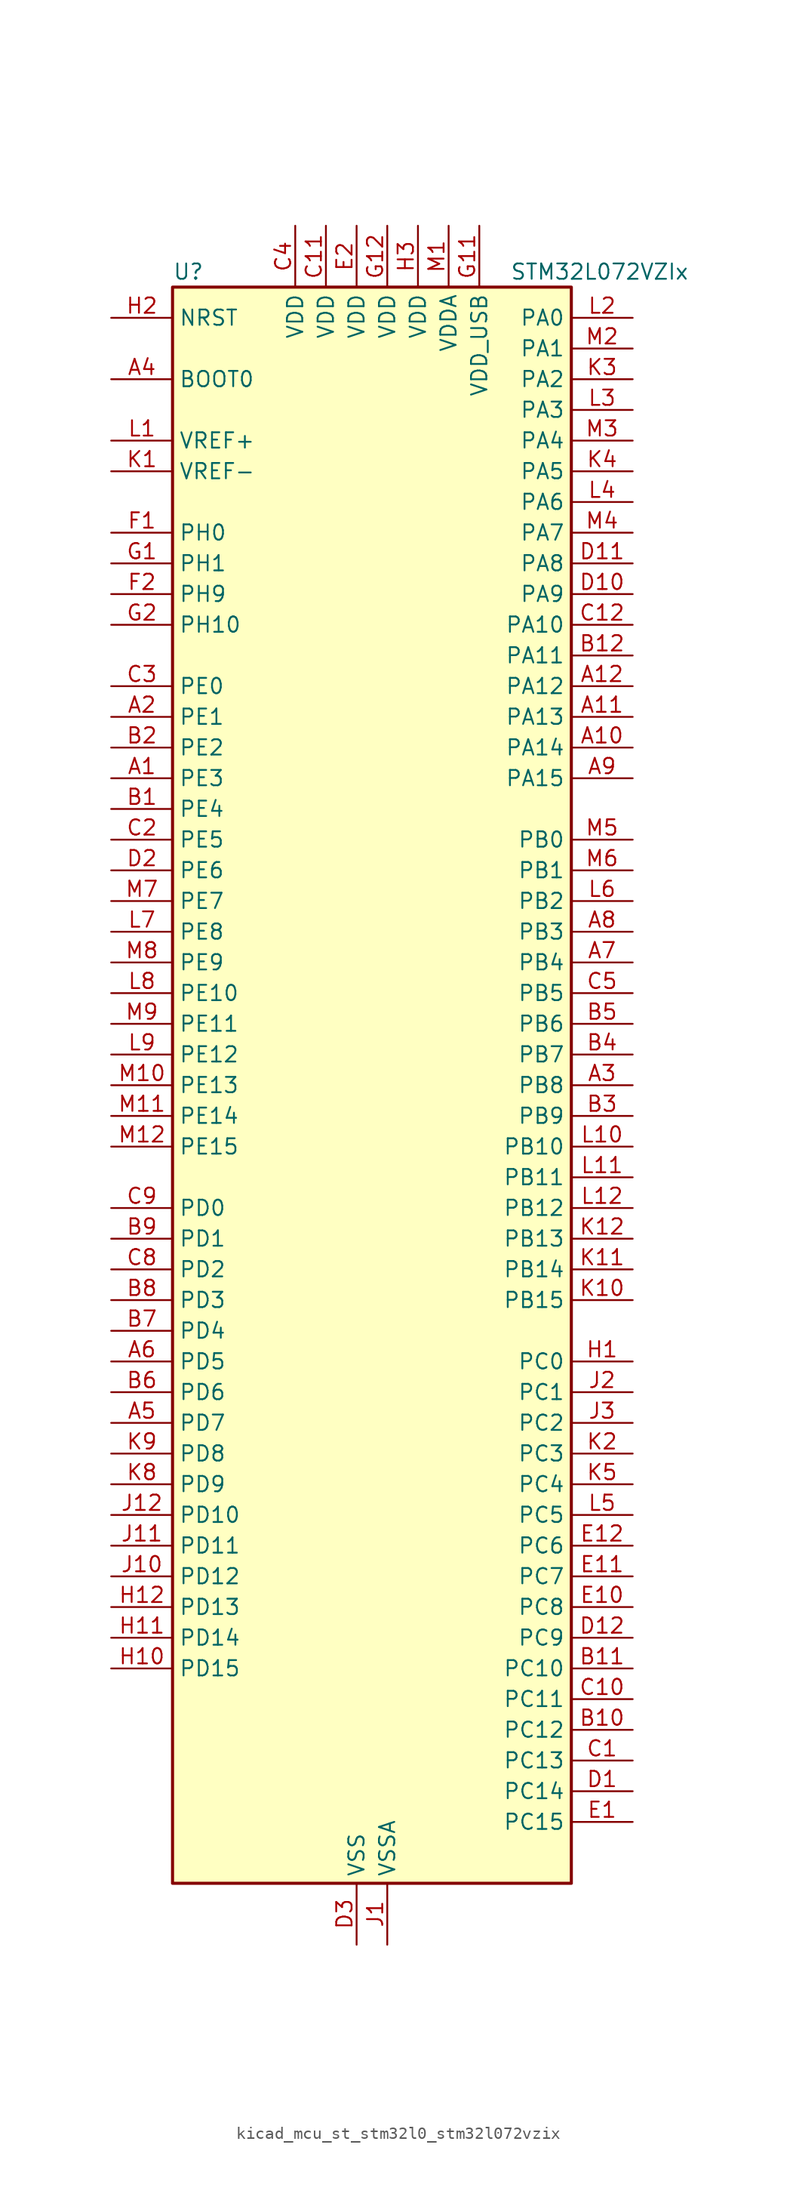
<source format=kicad_sym>
(kicad_symbol_lib
  (version 20220914)
  (generator kicad_symbol_editor)
  (symbol "kicad_mcu_st_stm32l0_stm32l072vzix"
    (property "Reference" "U"
      (at -15.24 67.31 0)
      (effects (font (size 1.27 1.27)) (justify left)))
    (property "Value" "STM32L072VZIx"
      (at 12.7 67.31 0)
      (effects (font (size 1.27 1.27)) (justify left)))
    (property "ki_locked" ""
      (at 0 0 0)
      (effects (font (size 1.27 1.27))))
    (symbol "kicad_mcu_st_stm32l0_stm32l072vzix_0_1"
      (rectangle (start -15.24 -66.04) (end 17.78 66.04) (stroke (width 0.254) (type default)) (fill (type background))))
    (symbol "kicad_mcu_st_stm32l0_stm32l072vzix_1_1"
      (pin bidirectional line (at -20.32 25.4 0) (length 5.08) (name "PE3" (effects (font (size 1.27 1.27)))) (number "A1" (effects (font (size 1.27 1.27)))) (alternate "TIM22_CH1" bidirectional line) (alternate "TIM3_CH1" bidirectional line))
      (pin bidirectional line (at 22.86 27.94 180) (length 5.08) (name "PA14" (effects (font (size 1.27 1.27)))) (number "A10" (effects (font (size 1.27 1.27)))) (alternate "LPUART1_TX" bidirectional line) (alternate "SYS_SWCLK" bidirectional line) (alternate "USART2_TX" bidirectional line))
      (pin bidirectional line (at 22.86 30.48 180) (length 5.08) (name "PA13" (effects (font (size 1.27 1.27)))) (number "A11" (effects (font (size 1.27 1.27)))) (alternate "LPUART1_RX" bidirectional line) (alternate "SYS_SWDIO" bidirectional line) (alternate "USB_NOE" bidirectional line))
      (pin bidirectional line (at 22.86 33.02 180) (length 5.08) (name "PA12" (effects (font (size 1.27 1.27)))) (number "A12" (effects (font (size 1.27 1.27)))) (alternate "COMP2_OUT" bidirectional line) (alternate "SPI1_MOSI" bidirectional line) (alternate "TSC_G4_IO4" bidirectional line) (alternate "USART1_DE" bidirectional line) (alternate "USART1_RTS" bidirectional line) (alternate "USB_DP" bidirectional line))
      (pin bidirectional line (at -20.32 30.48 0) (length 5.08) (name "PE1" (effects (font (size 1.27 1.27)))) (number "A2" (effects (font (size 1.27 1.27)))))
      (pin bidirectional line (at 22.86 0 180) (length 5.08) (name "PB8" (effects (font (size 1.27 1.27)))) (number "A3" (effects (font (size 1.27 1.27)))) (alternate "I2C1_SCL" bidirectional line) (alternate "TSC_SYNC" bidirectional line))
      (pin input line (at -20.32 58.42 0) (length 5.08) (name "BOOT0" (effects (font (size 1.27 1.27)))) (number "A4" (effects (font (size 1.27 1.27)))))
      (pin bidirectional line (at -20.32 -27.94 0) (length 5.08) (name "PD7" (effects (font (size 1.27 1.27)))) (number "A5" (effects (font (size 1.27 1.27)))) (alternate "TIM21_CH2" bidirectional line) (alternate "USART2_CK" bidirectional line))
      (pin bidirectional line (at -20.32 -22.86 0) (length 5.08) (name "PD5" (effects (font (size 1.27 1.27)))) (number "A6" (effects (font (size 1.27 1.27)))) (alternate "USART2_TX" bidirectional line))
      (pin bidirectional line (at 22.86 10.16 180) (length 5.08) (name "PB4" (effects (font (size 1.27 1.27)))) (number "A7" (effects (font (size 1.27 1.27)))) (alternate "COMP2_INP" bidirectional line) (alternate "I2C3_SDA" bidirectional line) (alternate "SPI1_MISO" bidirectional line) (alternate "TIM22_CH1" bidirectional line) (alternate "TIM3_CH1" bidirectional line) (alternate "TSC_G5_IO2" bidirectional line) (alternate "USART1_CTS" bidirectional line) (alternate "USART5_RX" bidirectional line))
      (pin bidirectional line (at 22.86 12.7 180) (length 5.08) (name "PB3" (effects (font (size 1.27 1.27)))) (number "A8" (effects (font (size 1.27 1.27)))) (alternate "COMP2_INM" bidirectional line) (alternate "SPI1_SCK" bidirectional line) (alternate "TIM2_CH2" bidirectional line) (alternate "TSC_G5_IO1" bidirectional line) (alternate "USART1_DE" bidirectional line) (alternate "USART1_RTS" bidirectional line) (alternate "USART5_TX" bidirectional line))
      (pin bidirectional line (at 22.86 25.4 180) (length 5.08) (name "PA15" (effects (font (size 1.27 1.27)))) (number "A9" (effects (font (size 1.27 1.27)))) (alternate "SPI1_NSS" bidirectional line) (alternate "TIM2_CH1" bidirectional line) (alternate "TIM2_ETR" bidirectional line) (alternate "USART2_RX" bidirectional line) (alternate "USART4_DE" bidirectional line) (alternate "USART4_RTS" bidirectional line))
      (pin bidirectional line (at -20.32 22.86 0) (length 5.08) (name "PE4" (effects (font (size 1.27 1.27)))) (number "B1" (effects (font (size 1.27 1.27)))) (alternate "TIM22_CH2" bidirectional line) (alternate "TIM3_CH2" bidirectional line))
      (pin bidirectional line (at 22.86 -53.34 180) (length 5.08) (name "PC12" (effects (font (size 1.27 1.27)))) (number "B10" (effects (font (size 1.27 1.27)))) (alternate "USART4_CK" bidirectional line) (alternate "USART5_TX" bidirectional line))
      (pin bidirectional line (at 22.86 -48.26 180) (length 5.08) (name "PC10" (effects (font (size 1.27 1.27)))) (number "B11" (effects (font (size 1.27 1.27)))) (alternate "LPUART1_TX" bidirectional line) (alternate "USART4_TX" bidirectional line))
      (pin bidirectional line (at 22.86 35.56 180) (length 5.08) (name "PA11" (effects (font (size 1.27 1.27)))) (number "B12" (effects (font (size 1.27 1.27)))) (alternate "ADC_EXTI11" bidirectional line) (alternate "COMP1_OUT" bidirectional line) (alternate "SPI1_MISO" bidirectional line) (alternate "TSC_G4_IO3" bidirectional line) (alternate "USART1_CTS" bidirectional line) (alternate "USB_DM" bidirectional line))
      (pin bidirectional line (at -20.32 27.94 0) (length 5.08) (name "PE2" (effects (font (size 1.27 1.27)))) (number "B2" (effects (font (size 1.27 1.27)))) (alternate "TIM3_ETR" bidirectional line))
      (pin bidirectional line (at 22.86 -2.54 180) (length 5.08) (name "PB9" (effects (font (size 1.27 1.27)))) (number "B3" (effects (font (size 1.27 1.27)))) (alternate "DAC_EXTI9" bidirectional line) (alternate "I2C1_SDA" bidirectional line) (alternate "I2S2_WS" bidirectional line) (alternate "SPI2_NSS" bidirectional line))
      (pin bidirectional line (at 22.86 2.54 180) (length 5.08) (name "PB7" (effects (font (size 1.27 1.27)))) (number "B4" (effects (font (size 1.27 1.27)))) (alternate "COMP2_INP" bidirectional line) (alternate "I2C1_SDA" bidirectional line) (alternate "LPTIM1_IN2" bidirectional line) (alternate "SYS_PVD_IN" bidirectional line) (alternate "TSC_G5_IO4" bidirectional line) (alternate "USART1_RX" bidirectional line) (alternate "USART4_CTS" bidirectional line))
      (pin bidirectional line (at 22.86 5.08 180) (length 5.08) (name "PB6" (effects (font (size 1.27 1.27)))) (number "B5" (effects (font (size 1.27 1.27)))) (alternate "COMP2_INP" bidirectional line) (alternate "I2C1_SCL" bidirectional line) (alternate "LPTIM1_ETR" bidirectional line) (alternate "TSC_G5_IO3" bidirectional line) (alternate "USART1_TX" bidirectional line))
      (pin bidirectional line (at -20.32 -25.4 0) (length 5.08) (name "PD6" (effects (font (size 1.27 1.27)))) (number "B6" (effects (font (size 1.27 1.27)))) (alternate "USART2_RX" bidirectional line))
      (pin bidirectional line (at -20.32 -20.32 0) (length 5.08) (name "PD4" (effects (font (size 1.27 1.27)))) (number "B7" (effects (font (size 1.27 1.27)))) (alternate "I2S2_SD" bidirectional line) (alternate "SPI2_MOSI" bidirectional line) (alternate "USART2_DE" bidirectional line) (alternate "USART2_RTS" bidirectional line))
      (pin bidirectional line (at -20.32 -17.78 0) (length 5.08) (name "PD3" (effects (font (size 1.27 1.27)))) (number "B8" (effects (font (size 1.27 1.27)))) (alternate "I2S2_MCK" bidirectional line) (alternate "SPI2_MISO" bidirectional line) (alternate "USART2_CTS" bidirectional line))
      (pin bidirectional line (at -20.32 -12.7 0) (length 5.08) (name "PD1" (effects (font (size 1.27 1.27)))) (number "B9" (effects (font (size 1.27 1.27)))) (alternate "I2S2_CK" bidirectional line) (alternate "SPI2_SCK" bidirectional line))
      (pin bidirectional line (at 22.86 -55.88 180) (length 5.08) (name "PC13" (effects (font (size 1.27 1.27)))) (number "C1" (effects (font (size 1.27 1.27)))) (alternate "RTC_OUT_ALARM" bidirectional line) (alternate "RTC_OUT_CALIB" bidirectional line) (alternate "RTC_TAMP1" bidirectional line) (alternate "RTC_TS" bidirectional line) (alternate "SYS_WKUP2" bidirectional line))
      (pin bidirectional line (at 22.86 -50.8 180) (length 5.08) (name "PC11" (effects (font (size 1.27 1.27)))) (number "C10" (effects (font (size 1.27 1.27)))) (alternate "ADC_EXTI11" bidirectional line) (alternate "LPUART1_RX" bidirectional line) (alternate "USART4_RX" bidirectional line))
      (pin power_in line (at -2.54 71.12 270) (length 5.08) (name "VDD" (effects (font (size 1.27 1.27)))) (number "C11" (effects (font (size 1.27 1.27)))))
      (pin bidirectional line (at 22.86 38.1 180) (length 5.08) (name "PA10" (effects (font (size 1.27 1.27)))) (number "C12" (effects (font (size 1.27 1.27)))) (alternate "I2C1_SDA" bidirectional line) (alternate "TSC_G4_IO2" bidirectional line) (alternate "USART1_RX" bidirectional line))
      (pin bidirectional line (at -20.32 20.32 0) (length 5.08) (name "PE5" (effects (font (size 1.27 1.27)))) (number "C2" (effects (font (size 1.27 1.27)))) (alternate "TIM21_CH1" bidirectional line) (alternate "TIM3_CH3" bidirectional line))
      (pin bidirectional line (at -20.32 33.02 0) (length 5.08) (name "PE0" (effects (font (size 1.27 1.27)))) (number "C3" (effects (font (size 1.27 1.27)))))
      (pin power_in line (at -5.08 71.12 270) (length 5.08) (name "VDD" (effects (font (size 1.27 1.27)))) (number "C4" (effects (font (size 1.27 1.27)))))
      (pin bidirectional line (at 22.86 7.62 180) (length 5.08) (name "PB5" (effects (font (size 1.27 1.27)))) (number "C5" (effects (font (size 1.27 1.27)))) (alternate "COMP2_INP" bidirectional line) (alternate "I2C1_SMBA" bidirectional line) (alternate "LPTIM1_IN1" bidirectional line) (alternate "SPI1_MOSI" bidirectional line) (alternate "TIM22_CH2" bidirectional line) (alternate "TIM3_CH2" bidirectional line) (alternate "USART1_CK" bidirectional line) (alternate "USART5_CK" bidirectional line) (alternate "USART5_DE" bidirectional line) (alternate "USART5_RTS" bidirectional line))
      (pin bidirectional line (at -20.32 -15.24 0) (length 5.08) (name "PD2" (effects (font (size 1.27 1.27)))) (number "C8" (effects (font (size 1.27 1.27)))) (alternate "LPUART1_DE" bidirectional line) (alternate "LPUART1_RTS" bidirectional line) (alternate "TIM3_ETR" bidirectional line) (alternate "USART5_RX" bidirectional line))
      (pin bidirectional line (at -20.32 -10.16 0) (length 5.08) (name "PD0" (effects (font (size 1.27 1.27)))) (number "C9" (effects (font (size 1.27 1.27)))) (alternate "I2S2_WS" bidirectional line) (alternate "SPI2_NSS" bidirectional line) (alternate "TIM21_CH1" bidirectional line))
      (pin bidirectional line (at 22.86 -58.42 180) (length 5.08) (name "PC14" (effects (font (size 1.27 1.27)))) (number "D1" (effects (font (size 1.27 1.27)))) (alternate "RCC_OSC32_IN" bidirectional line))
      (pin bidirectional line (at 22.86 40.64 180) (length 5.08) (name "PA9" (effects (font (size 1.27 1.27)))) (number "D10" (effects (font (size 1.27 1.27)))) (alternate "DAC_EXTI9" bidirectional line) (alternate "I2C1_SCL" bidirectional line) (alternate "I2C3_SMBA" bidirectional line) (alternate "RCC_MCO" bidirectional line) (alternate "TSC_G4_IO1" bidirectional line) (alternate "USART1_TX" bidirectional line))
      (pin bidirectional line (at 22.86 43.18 180) (length 5.08) (name "PA8" (effects (font (size 1.27 1.27)))) (number "D11" (effects (font (size 1.27 1.27)))) (alternate "CRS_SYNC" bidirectional line) (alternate "I2C3_SCL" bidirectional line) (alternate "RCC_MCO" bidirectional line) (alternate "USART1_CK" bidirectional line))
      (pin bidirectional line (at 22.86 -45.72 180) (length 5.08) (name "PC9" (effects (font (size 1.27 1.27)))) (number "D12" (effects (font (size 1.27 1.27)))) (alternate "DAC_EXTI9" bidirectional line) (alternate "I2C3_SDA" bidirectional line) (alternate "TIM21_ETR" bidirectional line) (alternate "TIM3_CH4" bidirectional line) (alternate "TSC_G8_IO4" bidirectional line) (alternate "USB_NOE" bidirectional line))
      (pin bidirectional line (at -20.32 17.78 0) (length 5.08) (name "PE6" (effects (font (size 1.27 1.27)))) (number "D2" (effects (font (size 1.27 1.27)))) (alternate "RTC_TAMP3" bidirectional line) (alternate "SYS_WKUP3" bidirectional line) (alternate "TIM21_CH2" bidirectional line) (alternate "TIM3_CH4" bidirectional line))
      (pin power_in line (at 0 -71.12 90) (length 5.08) (name "VSS" (effects (font (size 1.27 1.27)))) (number "D3" (effects (font (size 1.27 1.27)))))
      (pin bidirectional line (at 22.86 -60.96 180) (length 5.08) (name "PC15" (effects (font (size 1.27 1.27)))) (number "E1" (effects (font (size 1.27 1.27)))) (alternate "RCC_OSC32_OUT" bidirectional line))
      (pin bidirectional line (at 22.86 -43.18 180) (length 5.08) (name "PC8" (effects (font (size 1.27 1.27)))) (number "E10" (effects (font (size 1.27 1.27)))) (alternate "TIM22_ETR" bidirectional line) (alternate "TIM3_CH3" bidirectional line) (alternate "TSC_G8_IO3" bidirectional line))
      (pin bidirectional line (at 22.86 -40.64 180) (length 5.08) (name "PC7" (effects (font (size 1.27 1.27)))) (number "E11" (effects (font (size 1.27 1.27)))) (alternate "TIM22_CH2" bidirectional line) (alternate "TIM3_CH2" bidirectional line) (alternate "TSC_G8_IO2" bidirectional line))
      (pin bidirectional line (at 22.86 -38.1 180) (length 5.08) (name "PC6" (effects (font (size 1.27 1.27)))) (number "E12" (effects (font (size 1.27 1.27)))) (alternate "TIM22_CH1" bidirectional line) (alternate "TIM3_CH1" bidirectional line) (alternate "TSC_G8_IO1" bidirectional line))
      (pin power_in line (at 0 71.12 270) (length 5.08) (name "VDD" (effects (font (size 1.27 1.27)))) (number "E2" (effects (font (size 1.27 1.27)))))
      (pin passive line (at 0 -71.12 90) (length 5.08) hide (name "VSS" (effects (font (size 1.27 1.27)))) (number "E3" (effects (font (size 1.27 1.27)))))
      (pin bidirectional line (at -20.32 45.72 0) (length 5.08) (name "PH0" (effects (font (size 1.27 1.27)))) (number "F1" (effects (font (size 1.27 1.27)))) (alternate "CRS_SYNC" bidirectional line) (alternate "RCC_OSC_IN" bidirectional line))
      (pin passive line (at 0 -71.12 90) (length 5.08) hide (name "VSS" (effects (font (size 1.27 1.27)))) (number "F11" (effects (font (size 1.27 1.27)))))
      (pin passive line (at 0 -71.12 90) (length 5.08) hide (name "VSS" (effects (font (size 1.27 1.27)))) (number "F12" (effects (font (size 1.27 1.27)))))
      (pin bidirectional line (at -20.32 40.64 0) (length 5.08) (name "PH9" (effects (font (size 1.27 1.27)))) (number "F2" (effects (font (size 1.27 1.27)))) (alternate "DAC_EXTI9" bidirectional line))
      (pin bidirectional line (at -20.32 43.18 0) (length 5.08) (name "PH1" (effects (font (size 1.27 1.27)))) (number "G1" (effects (font (size 1.27 1.27)))) (alternate "RCC_OSC_OUT" bidirectional line))
      (pin power_in line (at 10.16 71.12 270) (length 5.08) (name "VDD_USB" (effects (font (size 1.27 1.27)))) (number "G11" (effects (font (size 1.27 1.27)))))
      (pin power_in line (at 2.54 71.12 270) (length 5.08) (name "VDD" (effects (font (size 1.27 1.27)))) (number "G12" (effects (font (size 1.27 1.27)))))
      (pin bidirectional line (at -20.32 38.1 0) (length 5.08) (name "PH10" (effects (font (size 1.27 1.27)))) (number "G2" (effects (font (size 1.27 1.27)))))
      (pin bidirectional line (at 22.86 -22.86 180) (length 5.08) (name "PC0" (effects (font (size 1.27 1.27)))) (number "H1" (effects (font (size 1.27 1.27)))) (alternate "ADC_IN10" bidirectional line) (alternate "I2C3_SCL" bidirectional line) (alternate "LPTIM1_IN1" bidirectional line) (alternate "LPUART1_RX" bidirectional line) (alternate "TSC_G7_IO1" bidirectional line))
      (pin bidirectional line (at -20.32 -48.26 0) (length 5.08) (name "PD15" (effects (font (size 1.27 1.27)))) (number "H10" (effects (font (size 1.27 1.27)))) (alternate "CRS_SYNC" bidirectional line))
      (pin bidirectional line (at -20.32 -45.72 0) (length 5.08) (name "PD14" (effects (font (size 1.27 1.27)))) (number "H11" (effects (font (size 1.27 1.27)))))
      (pin bidirectional line (at -20.32 -43.18 0) (length 5.08) (name "PD13" (effects (font (size 1.27 1.27)))) (number "H12" (effects (font (size 1.27 1.27)))))
      (pin input line (at -20.32 63.5 0) (length 5.08) (name "NRST" (effects (font (size 1.27 1.27)))) (number "H2" (effects (font (size 1.27 1.27)))))
      (pin power_in line (at 5.08 71.12 270) (length 5.08) (name "VDD" (effects (font (size 1.27 1.27)))) (number "H3" (effects (font (size 1.27 1.27)))))
      (pin power_in line (at 2.54 -71.12 90) (length 5.08) (name "VSSA" (effects (font (size 1.27 1.27)))) (number "J1" (effects (font (size 1.27 1.27)))))
      (pin bidirectional line (at -20.32 -40.64 0) (length 5.08) (name "PD12" (effects (font (size 1.27 1.27)))) (number "J10" (effects (font (size 1.27 1.27)))) (alternate "LPUART1_DE" bidirectional line) (alternate "LPUART1_RTS" bidirectional line))
      (pin bidirectional line (at -20.32 -38.1 0) (length 5.08) (name "PD11" (effects (font (size 1.27 1.27)))) (number "J11" (effects (font (size 1.27 1.27)))) (alternate "ADC_EXTI11" bidirectional line) (alternate "LPUART1_CTS" bidirectional line))
      (pin bidirectional line (at -20.32 -35.56 0) (length 5.08) (name "PD10" (effects (font (size 1.27 1.27)))) (number "J12" (effects (font (size 1.27 1.27)))))
      (pin bidirectional line (at 22.86 -25.4 180) (length 5.08) (name "PC1" (effects (font (size 1.27 1.27)))) (number "J2" (effects (font (size 1.27 1.27)))) (alternate "ADC_IN11" bidirectional line) (alternate "I2C3_SDA" bidirectional line) (alternate "LPTIM1_OUT" bidirectional line) (alternate "LPUART1_TX" bidirectional line) (alternate "TSC_G7_IO2" bidirectional line))
      (pin bidirectional line (at 22.86 -27.94 180) (length 5.08) (name "PC2" (effects (font (size 1.27 1.27)))) (number "J3" (effects (font (size 1.27 1.27)))) (alternate "ADC_IN12" bidirectional line) (alternate "I2S2_MCK" bidirectional line) (alternate "LPTIM1_IN2" bidirectional line) (alternate "SPI2_MISO" bidirectional line) (alternate "TSC_G7_IO3" bidirectional line))
      (pin input line (at -20.32 50.8 0) (length 5.08) (name "VREF-" (effects (font (size 1.27 1.27)))) (number "K1" (effects (font (size 1.27 1.27)))))
      (pin bidirectional line (at 22.86 -17.78 180) (length 5.08) (name "PB15" (effects (font (size 1.27 1.27)))) (number "K10" (effects (font (size 1.27 1.27)))) (alternate "I2S2_SD" bidirectional line) (alternate "RTC_REFIN" bidirectional line) (alternate "SPI2_MOSI" bidirectional line))
      (pin bidirectional line (at 22.86 -15.24 180) (length 5.08) (name "PB14" (effects (font (size 1.27 1.27)))) (number "K11" (effects (font (size 1.27 1.27)))) (alternate "I2C2_SDA" bidirectional line) (alternate "I2S2_MCK" bidirectional line) (alternate "LPUART1_DE" bidirectional line) (alternate "LPUART1_RTS" bidirectional line) (alternate "RTC_OUT_ALARM" bidirectional line) (alternate "RTC_OUT_CALIB" bidirectional line) (alternate "SPI2_MISO" bidirectional line) (alternate "TIM21_CH2" bidirectional line) (alternate "TSC_G6_IO4" bidirectional line))
      (pin bidirectional line (at 22.86 -12.7 180) (length 5.08) (name "PB13" (effects (font (size 1.27 1.27)))) (number "K12" (effects (font (size 1.27 1.27)))) (alternate "I2C2_SCL" bidirectional line) (alternate "I2S2_CK" bidirectional line) (alternate "LPUART1_CTS" bidirectional line) (alternate "RCC_MCO" bidirectional line) (alternate "SPI2_SCK" bidirectional line) (alternate "TIM21_CH1" bidirectional line) (alternate "TSC_G6_IO3" bidirectional line))
      (pin bidirectional line (at 22.86 -30.48 180) (length 5.08) (name "PC3" (effects (font (size 1.27 1.27)))) (number "K2" (effects (font (size 1.27 1.27)))) (alternate "ADC_IN13" bidirectional line) (alternate "I2S2_SD" bidirectional line) (alternate "LPTIM1_ETR" bidirectional line) (alternate "SPI2_MOSI" bidirectional line) (alternate "TSC_G7_IO4" bidirectional line))
      (pin bidirectional line (at 22.86 58.42 180) (length 5.08) (name "PA2" (effects (font (size 1.27 1.27)))) (number "K3" (effects (font (size 1.27 1.27)))) (alternate "ADC_IN2" bidirectional line) (alternate "COMP2_INM" bidirectional line) (alternate "COMP2_OUT" bidirectional line) (alternate "LPUART1_TX" bidirectional line) (alternate "TIM21_CH1" bidirectional line) (alternate "TIM2_CH3" bidirectional line) (alternate "TSC_G1_IO3" bidirectional line) (alternate "USART2_TX" bidirectional line))
      (pin bidirectional line (at 22.86 50.8 180) (length 5.08) (name "PA5" (effects (font (size 1.27 1.27)))) (number "K4" (effects (font (size 1.27 1.27)))) (alternate "ADC_IN5" bidirectional line) (alternate "COMP1_INM" bidirectional line) (alternate "COMP2_INM" bidirectional line) (alternate "DAC_OUT2" bidirectional line) (alternate "SPI1_SCK" bidirectional line) (alternate "TIM2_CH1" bidirectional line) (alternate "TIM2_ETR" bidirectional line) (alternate "TSC_G2_IO2" bidirectional line))
      (pin bidirectional line (at 22.86 -33.02 180) (length 5.08) (name "PC4" (effects (font (size 1.27 1.27)))) (number "K5" (effects (font (size 1.27 1.27)))) (alternate "ADC_IN14" bidirectional line) (alternate "LPUART1_TX" bidirectional line))
      (pin bidirectional line (at -20.32 -33.02 0) (length 5.08) (name "PD9" (effects (font (size 1.27 1.27)))) (number "K8" (effects (font (size 1.27 1.27)))) (alternate "DAC_EXTI9" bidirectional line) (alternate "LPUART1_RX" bidirectional line))
      (pin bidirectional line (at -20.32 -30.48 0) (length 5.08) (name "PD8" (effects (font (size 1.27 1.27)))) (number "K9" (effects (font (size 1.27 1.27)))) (alternate "LPUART1_TX" bidirectional line))
      (pin input line (at -20.32 53.34 0) (length 5.08) (name "VREF+" (effects (font (size 1.27 1.27)))) (number "L1" (effects (font (size 1.27 1.27)))))
      (pin bidirectional line (at 22.86 -5.08 180) (length 5.08) (name "PB10" (effects (font (size 1.27 1.27)))) (number "L10" (effects (font (size 1.27 1.27)))) (alternate "I2C2_SCL" bidirectional line) (alternate "LPUART1_RX" bidirectional line) (alternate "LPUART1_TX" bidirectional line) (alternate "SPI2_SCK" bidirectional line) (alternate "TIM2_CH3" bidirectional line) (alternate "TSC_SYNC" bidirectional line))
      (pin bidirectional line (at 22.86 -7.62 180) (length 5.08) (name "PB11" (effects (font (size 1.27 1.27)))) (number "L11" (effects (font (size 1.27 1.27)))) (alternate "ADC_EXTI11" bidirectional line) (alternate "I2C2_SDA" bidirectional line) (alternate "LPUART1_RX" bidirectional line) (alternate "LPUART1_TX" bidirectional line) (alternate "TIM2_CH4" bidirectional line) (alternate "TSC_G6_IO1" bidirectional line))
      (pin bidirectional line (at 22.86 -10.16 180) (length 5.08) (name "PB12" (effects (font (size 1.27 1.27)))) (number "L12" (effects (font (size 1.27 1.27)))) (alternate "I2S2_WS" bidirectional line) (alternate "LPUART1_DE" bidirectional line) (alternate "LPUART1_RTS" bidirectional line) (alternate "SPI2_NSS" bidirectional line) (alternate "TSC_G6_IO2" bidirectional line))
      (pin bidirectional line (at 22.86 63.5 180) (length 5.08) (name "PA0" (effects (font (size 1.27 1.27)))) (number "L2" (effects (font (size 1.27 1.27)))) (alternate "ADC_IN0" bidirectional line) (alternate "COMP1_INM" bidirectional line) (alternate "COMP1_OUT" bidirectional line) (alternate "RTC_TAMP2" bidirectional line) (alternate "SYS_WKUP1" bidirectional line) (alternate "TIM2_CH1" bidirectional line) (alternate "TIM2_ETR" bidirectional line) (alternate "TSC_G1_IO1" bidirectional line) (alternate "USART2_CTS" bidirectional line) (alternate "USART4_TX" bidirectional line))
      (pin bidirectional line (at 22.86 55.88 180) (length 5.08) (name "PA3" (effects (font (size 1.27 1.27)))) (number "L3" (effects (font (size 1.27 1.27)))) (alternate "ADC_IN3" bidirectional line) (alternate "COMP2_INP" bidirectional line) (alternate "LPUART1_RX" bidirectional line) (alternate "TIM21_CH2" bidirectional line) (alternate "TIM2_CH4" bidirectional line) (alternate "TSC_G1_IO4" bidirectional line) (alternate "USART2_RX" bidirectional line))
      (pin bidirectional line (at 22.86 48.26 180) (length 5.08) (name "PA6" (effects (font (size 1.27 1.27)))) (number "L4" (effects (font (size 1.27 1.27)))) (alternate "ADC_IN6" bidirectional line) (alternate "COMP1_OUT" bidirectional line) (alternate "LPUART1_CTS" bidirectional line) (alternate "SPI1_MISO" bidirectional line) (alternate "TIM22_CH1" bidirectional line) (alternate "TIM3_CH1" bidirectional line) (alternate "TSC_G2_IO3" bidirectional line))
      (pin bidirectional line (at 22.86 -35.56 180) (length 5.08) (name "PC5" (effects (font (size 1.27 1.27)))) (number "L5" (effects (font (size 1.27 1.27)))) (alternate "ADC_IN15" bidirectional line) (alternate "LPUART1_RX" bidirectional line) (alternate "TSC_G3_IO1" bidirectional line))
      (pin bidirectional line (at 22.86 15.24 180) (length 5.08) (name "PB2" (effects (font (size 1.27 1.27)))) (number "L6" (effects (font (size 1.27 1.27)))) (alternate "I2C3_SMBA" bidirectional line) (alternate "LPTIM1_OUT" bidirectional line) (alternate "TSC_G3_IO4" bidirectional line))
      (pin bidirectional line (at -20.32 12.7 0) (length 5.08) (name "PE8" (effects (font (size 1.27 1.27)))) (number "L7" (effects (font (size 1.27 1.27)))) (alternate "USART4_TX" bidirectional line))
      (pin bidirectional line (at -20.32 7.62 0) (length 5.08) (name "PE10" (effects (font (size 1.27 1.27)))) (number "L8" (effects (font (size 1.27 1.27)))) (alternate "TIM2_CH2" bidirectional line) (alternate "USART5_TX" bidirectional line))
      (pin bidirectional line (at -20.32 2.54 0) (length 5.08) (name "PE12" (effects (font (size 1.27 1.27)))) (number "L9" (effects (font (size 1.27 1.27)))) (alternate "SPI1_NSS" bidirectional line) (alternate "TIM2_CH4" bidirectional line))
      (pin power_in line (at 7.62 71.12 270) (length 5.08) (name "VDDA" (effects (font (size 1.27 1.27)))) (number "M1" (effects (font (size 1.27 1.27)))))
      (pin bidirectional line (at -20.32 0 0) (length 5.08) (name "PE13" (effects (font (size 1.27 1.27)))) (number "M10" (effects (font (size 1.27 1.27)))) (alternate "SPI1_SCK" bidirectional line))
      (pin bidirectional line (at -20.32 -2.54 0) (length 5.08) (name "PE14" (effects (font (size 1.27 1.27)))) (number "M11" (effects (font (size 1.27 1.27)))) (alternate "SPI1_MISO" bidirectional line))
      (pin bidirectional line (at -20.32 -5.08 0) (length 5.08) (name "PE15" (effects (font (size 1.27 1.27)))) (number "M12" (effects (font (size 1.27 1.27)))) (alternate "SPI1_MOSI" bidirectional line))
      (pin bidirectional line (at 22.86 60.96 180) (length 5.08) (name "PA1" (effects (font (size 1.27 1.27)))) (number "M2" (effects (font (size 1.27 1.27)))) (alternate "ADC_IN1" bidirectional line) (alternate "COMP1_INP" bidirectional line) (alternate "TIM21_ETR" bidirectional line) (alternate "TIM2_CH2" bidirectional line) (alternate "TSC_G1_IO2" bidirectional line) (alternate "USART2_DE" bidirectional line) (alternate "USART2_RTS" bidirectional line) (alternate "USART4_RX" bidirectional line))
      (pin bidirectional line (at 22.86 53.34 180) (length 5.08) (name "PA4" (effects (font (size 1.27 1.27)))) (number "M3" (effects (font (size 1.27 1.27)))) (alternate "ADC_IN4" bidirectional line) (alternate "COMP1_INM" bidirectional line) (alternate "COMP2_INM" bidirectional line) (alternate "DAC_OUT1" bidirectional line) (alternate "SPI1_NSS" bidirectional line) (alternate "TIM22_ETR" bidirectional line) (alternate "TSC_G2_IO1" bidirectional line) (alternate "USART2_CK" bidirectional line))
      (pin bidirectional line (at 22.86 45.72 180) (length 5.08) (name "PA7" (effects (font (size 1.27 1.27)))) (number "M4" (effects (font (size 1.27 1.27)))) (alternate "ADC_IN7" bidirectional line) (alternate "COMP2_OUT" bidirectional line) (alternate "SPI1_MOSI" bidirectional line) (alternate "TIM22_CH2" bidirectional line) (alternate "TIM3_CH2" bidirectional line) (alternate "TSC_G2_IO4" bidirectional line))
      (pin bidirectional line (at 22.86 20.32 180) (length 5.08) (name "PB0" (effects (font (size 1.27 1.27)))) (number "M5" (effects (font (size 1.27 1.27)))) (alternate "ADC_IN8" bidirectional line) (alternate "SYS_VREF_OUT_PB0" bidirectional line) (alternate "TIM3_CH3" bidirectional line) (alternate "TSC_G3_IO2" bidirectional line))
      (pin bidirectional line (at 22.86 17.78 180) (length 5.08) (name "PB1" (effects (font (size 1.27 1.27)))) (number "M6" (effects (font (size 1.27 1.27)))) (alternate "ADC_IN9" bidirectional line) (alternate "LPUART1_DE" bidirectional line) (alternate "LPUART1_RTS" bidirectional line) (alternate "SYS_VREF_OUT_PB1" bidirectional line) (alternate "TIM3_CH4" bidirectional line) (alternate "TSC_G3_IO3" bidirectional line))
      (pin bidirectional line (at -20.32 15.24 0) (length 5.08) (name "PE7" (effects (font (size 1.27 1.27)))) (number "M7" (effects (font (size 1.27 1.27)))) (alternate "USART5_CK" bidirectional line) (alternate "USART5_DE" bidirectional line) (alternate "USART5_RTS" bidirectional line))
      (pin bidirectional line (at -20.32 10.16 0) (length 5.08) (name "PE9" (effects (font (size 1.27 1.27)))) (number "M8" (effects (font (size 1.27 1.27)))) (alternate "DAC_EXTI9" bidirectional line) (alternate "TIM2_CH1" bidirectional line) (alternate "TIM2_ETR" bidirectional line) (alternate "USART4_RX" bidirectional line))
      (pin bidirectional line (at -20.32 5.08 0) (length 5.08) (name "PE11" (effects (font (size 1.27 1.27)))) (number "M9" (effects (font (size 1.27 1.27)))) (alternate "ADC_EXTI11" bidirectional line) (alternate "TIM2_CH3" bidirectional line) (alternate "USART5_RX" bidirectional line)))))
</source>
